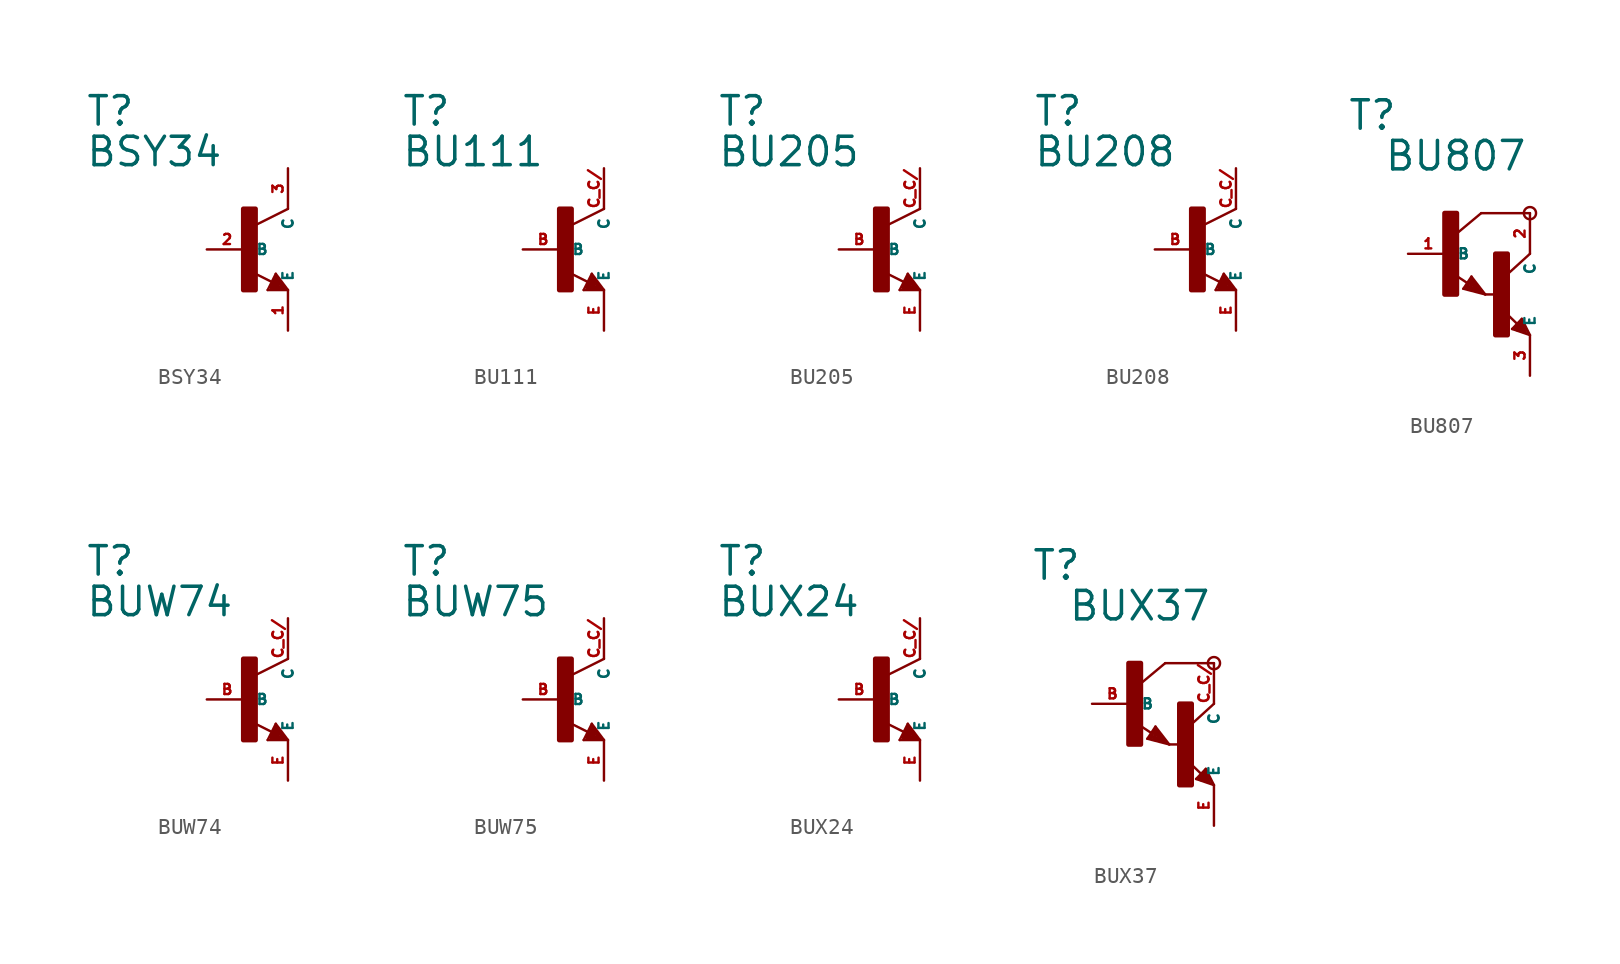
<source format=kicad_sym>
(kicad_symbol_lib
  (version 20220914)
  (generator Eagle2Kicad)
  (symbol "BSY34"
    (property "Reference" "T"
      (at -10.16 7.62 0)
      (effects (font (size 1.778 1.778) (thickness 0.22)) (justify left bottom)))
    (property "Value" "BSY34"
      (at -10.16 5.08 0)
      (effects (font (size 1.778 1.778) (thickness 0.22)) (justify left bottom)))
    (polyline
      (pts (xy 2.54 2.54) (xy 0.508 1.524))
      (stroke (width 0.152) (type default))
      (fill (type none)))
    (polyline
      (pts (xy 1.778 -1.524) (xy 2.54 -2.54))
      (stroke (width 0.152) (type default))
      (fill (type none)))
    (polyline
      (pts (xy 2.54 -2.54) (xy 1.27 -2.54))
      (stroke (width 0.152) (type default))
      (fill (type none)))
    (polyline
      (pts (xy 1.27 -2.54) (xy 1.778 -1.524))
      (stroke (width 0.152) (type default))
      (fill (type none)))
    (polyline
      (pts (xy 1.54 -2.04) (xy 0.308 -1.424))
      (stroke (width 0.152) (type default))
      (fill (type none)))
    (polyline
      (pts (xy 1.524 -2.413) (xy 2.286 -2.413))
      (stroke (width 0.254) (type default))
      (fill (type none)))
    (polyline
      (pts (xy 2.286 -2.413) (xy 1.778 -1.778))
      (stroke (width 0.254) (type default))
      (fill (type none)))
    (polyline
      (pts (xy 1.778 -1.778) (xy 1.524 -2.286))
      (stroke (width 0.254) (type default))
      (fill (type none)))
    (polyline
      (pts (xy 1.524 -2.286) (xy 1.905 -2.286))
      (stroke (width 0.254) (type default))
      (fill (type none)))
    (polyline
      (pts (xy 1.905 -2.286) (xy 1.778 -2.032))
      (stroke (width 0.254) (type default))
      (fill (type none)))
    (rectangle
      (start -0.254 -2.54)
      (end 0.508 2.54)
      (stroke (width 0.3) (type default))
      (fill (type outline)))
    (pin passive line
      (at -2.54 0 0)
      (length 2.54)
      (name "B" (effects (font (size 0.635 0.635) (thickness 0.08)) (justify left bottom)))
      (number "2" (effects (font (size 0.635 0.635) (thickness 0.08)) (justify left bottom))))
    (pin passive line
      (at 2.54 -5.08 90)
      (length 2.54)
      (name "E" (effects (font (size 0.635 0.635) (thickness 0.08)) (justify left bottom)))
      (number "1" (effects (font (size 0.635 0.635) (thickness 0.08)) (justify left bottom))))
    (pin passive line
      (at 2.54 5.08 270)
      (length 2.54)
      (name "C" (effects (font (size 0.635 0.635) (thickness 0.08)) (justify left bottom)))
      (number "3" (effects (font (size 0.635 0.635) (thickness 0.08)) (justify left bottom)))))
  (symbol "BU111"
    (property "Reference" "T"
      (at -10.16 7.62 0)
      (effects (font (size 1.778 1.778) (thickness 0.22)) (justify left bottom)))
    (property "Value" "BU111"
      (at -10.16 5.08 0)
      (effects (font (size 1.778 1.778) (thickness 0.22)) (justify left bottom)))
    (polyline
      (pts (xy 2.54 2.54) (xy 0.508 1.524))
      (stroke (width 0.152) (type default))
      (fill (type none)))
    (polyline
      (pts (xy 1.778 -1.524) (xy 2.54 -2.54))
      (stroke (width 0.152) (type default))
      (fill (type none)))
    (polyline
      (pts (xy 2.54 -2.54) (xy 1.27 -2.54))
      (stroke (width 0.152) (type default))
      (fill (type none)))
    (polyline
      (pts (xy 1.27 -2.54) (xy 1.778 -1.524))
      (stroke (width 0.152) (type default))
      (fill (type none)))
    (polyline
      (pts (xy 1.54 -2.04) (xy 0.308 -1.424))
      (stroke (width 0.152) (type default))
      (fill (type none)))
    (polyline
      (pts (xy 1.524 -2.413) (xy 2.286 -2.413))
      (stroke (width 0.254) (type default))
      (fill (type none)))
    (polyline
      (pts (xy 2.286 -2.413) (xy 1.778 -1.778))
      (stroke (width 0.254) (type default))
      (fill (type none)))
    (polyline
      (pts (xy 1.778 -1.778) (xy 1.524 -2.286))
      (stroke (width 0.254) (type default))
      (fill (type none)))
    (polyline
      (pts (xy 1.524 -2.286) (xy 1.905 -2.286))
      (stroke (width 0.254) (type default))
      (fill (type none)))
    (polyline
      (pts (xy 1.905 -2.286) (xy 1.778 -2.032))
      (stroke (width 0.254) (type default))
      (fill (type none)))
    (rectangle
      (start -0.254 -2.54)
      (end 0.508 2.54)
      (stroke (width 0.3) (type default))
      (fill (type outline)))
    (pin passive line
      (at -2.54 0 0)
      (length 2.54)
      (name "B" (effects (font (size 0.635 0.635) (thickness 0.08)) (justify left bottom)))
      (number "B" (effects (font (size 0.635 0.635) (thickness 0.08)) (justify left bottom))))
    (pin passive line
      (at 2.54 -5.08 90)
      (length 2.54)
      (name "E" (effects (font (size 0.635 0.635) (thickness 0.08)) (justify left bottom)))
      (number "E" (effects (font (size 0.635 0.635) (thickness 0.08)) (justify left bottom))))
    (pin passive line
      (at 2.54 5.08 270)
      (length 2.54)
      (name "C" (effects (font (size 0.635 0.635) (thickness 0.08)) (justify left bottom)))
      (number "C C/" (effects (font (size 0.635 0.635) (thickness 0.08)) (justify left bottom)))))
  (symbol "BU205"
    (property "Reference" "T"
      (at -10.16 7.62 0)
      (effects (font (size 1.778 1.778) (thickness 0.22)) (justify left bottom)))
    (property "Value" "BU205"
      (at -10.16 5.08 0)
      (effects (font (size 1.778 1.778) (thickness 0.22)) (justify left bottom)))
    (polyline
      (pts (xy 2.54 2.54) (xy 0.508 1.524))
      (stroke (width 0.152) (type default))
      (fill (type none)))
    (polyline
      (pts (xy 1.778 -1.524) (xy 2.54 -2.54))
      (stroke (width 0.152) (type default))
      (fill (type none)))
    (polyline
      (pts (xy 2.54 -2.54) (xy 1.27 -2.54))
      (stroke (width 0.152) (type default))
      (fill (type none)))
    (polyline
      (pts (xy 1.27 -2.54) (xy 1.778 -1.524))
      (stroke (width 0.152) (type default))
      (fill (type none)))
    (polyline
      (pts (xy 1.54 -2.04) (xy 0.308 -1.424))
      (stroke (width 0.152) (type default))
      (fill (type none)))
    (polyline
      (pts (xy 1.524 -2.413) (xy 2.286 -2.413))
      (stroke (width 0.254) (type default))
      (fill (type none)))
    (polyline
      (pts (xy 2.286 -2.413) (xy 1.778 -1.778))
      (stroke (width 0.254) (type default))
      (fill (type none)))
    (polyline
      (pts (xy 1.778 -1.778) (xy 1.524 -2.286))
      (stroke (width 0.254) (type default))
      (fill (type none)))
    (polyline
      (pts (xy 1.524 -2.286) (xy 1.905 -2.286))
      (stroke (width 0.254) (type default))
      (fill (type none)))
    (polyline
      (pts (xy 1.905 -2.286) (xy 1.778 -2.032))
      (stroke (width 0.254) (type default))
      (fill (type none)))
    (rectangle
      (start -0.254 -2.54)
      (end 0.508 2.54)
      (stroke (width 0.3) (type default))
      (fill (type outline)))
    (pin passive line
      (at -2.54 0 0)
      (length 2.54)
      (name "B" (effects (font (size 0.635 0.635) (thickness 0.08)) (justify left bottom)))
      (number "B" (effects (font (size 0.635 0.635) (thickness 0.08)) (justify left bottom))))
    (pin passive line
      (at 2.54 -5.08 90)
      (length 2.54)
      (name "E" (effects (font (size 0.635 0.635) (thickness 0.08)) (justify left bottom)))
      (number "E" (effects (font (size 0.635 0.635) (thickness 0.08)) (justify left bottom))))
    (pin passive line
      (at 2.54 5.08 270)
      (length 2.54)
      (name "C" (effects (font (size 0.635 0.635) (thickness 0.08)) (justify left bottom)))
      (number "C C/" (effects (font (size 0.635 0.635) (thickness 0.08)) (justify left bottom)))))
  (symbol "BU208"
    (property "Reference" "T"
      (at -10.16 7.62 0)
      (effects (font (size 1.778 1.778) (thickness 0.22)) (justify left bottom)))
    (property "Value" "BU208"
      (at -10.16 5.08 0)
      (effects (font (size 1.778 1.778) (thickness 0.22)) (justify left bottom)))
    (polyline
      (pts (xy 2.54 2.54) (xy 0.508 1.524))
      (stroke (width 0.152) (type default))
      (fill (type none)))
    (polyline
      (pts (xy 1.778 -1.524) (xy 2.54 -2.54))
      (stroke (width 0.152) (type default))
      (fill (type none)))
    (polyline
      (pts (xy 2.54 -2.54) (xy 1.27 -2.54))
      (stroke (width 0.152) (type default))
      (fill (type none)))
    (polyline
      (pts (xy 1.27 -2.54) (xy 1.778 -1.524))
      (stroke (width 0.152) (type default))
      (fill (type none)))
    (polyline
      (pts (xy 1.54 -2.04) (xy 0.308 -1.424))
      (stroke (width 0.152) (type default))
      (fill (type none)))
    (polyline
      (pts (xy 1.524 -2.413) (xy 2.286 -2.413))
      (stroke (width 0.254) (type default))
      (fill (type none)))
    (polyline
      (pts (xy 2.286 -2.413) (xy 1.778 -1.778))
      (stroke (width 0.254) (type default))
      (fill (type none)))
    (polyline
      (pts (xy 1.778 -1.778) (xy 1.524 -2.286))
      (stroke (width 0.254) (type default))
      (fill (type none)))
    (polyline
      (pts (xy 1.524 -2.286) (xy 1.905 -2.286))
      (stroke (width 0.254) (type default))
      (fill (type none)))
    (polyline
      (pts (xy 1.905 -2.286) (xy 1.778 -2.032))
      (stroke (width 0.254) (type default))
      (fill (type none)))
    (rectangle
      (start -0.254 -2.54)
      (end 0.508 2.54)
      (stroke (width 0.3) (type default))
      (fill (type outline)))
    (pin passive line
      (at -2.54 0 0)
      (length 2.54)
      (name "B" (effects (font (size 0.635 0.635) (thickness 0.08)) (justify left bottom)))
      (number "B" (effects (font (size 0.635 0.635) (thickness 0.08)) (justify left bottom))))
    (pin passive line
      (at 2.54 -5.08 90)
      (length 2.54)
      (name "E" (effects (font (size 0.635 0.635) (thickness 0.08)) (justify left bottom)))
      (number "E" (effects (font (size 0.635 0.635) (thickness 0.08)) (justify left bottom))))
    (pin passive line
      (at 2.54 5.08 270)
      (length 2.54)
      (name "C" (effects (font (size 0.635 0.635) (thickness 0.08)) (justify left bottom)))
      (number "C C/" (effects (font (size 0.635 0.635) (thickness 0.08)) (justify left bottom)))))
  (symbol "BU807"
    (property "Reference" "T"
      (at -6.35 7.62 0)
      (effects (font (size 1.778 1.778) (thickness 0.22)) (justify left bottom)))
    (property "Value" "BU807"
      (at -4.064 5.08 0)
      (effects (font (size 1.778 1.778) (thickness 0.22)) (justify left bottom)))
    (polyline
      (pts (xy 5.08 2.54) (xy 2.032 2.54))
      (stroke (width 0.152) (type default))
      (fill (type none)))
    (polyline
      (pts (xy 1.424 -1.424) (xy 2.286 -2.54))
      (stroke (width 0.152) (type default))
      (fill (type none)))
    (polyline
      (pts (xy 2.921 -2.54) (xy 2.286 -2.54))
      (stroke (width 0.152) (type default))
      (fill (type none)))
    (polyline
      (pts (xy 0.916 -2.186) (xy 1.424 -1.424))
      (stroke (width 0.152) (type default))
      (fill (type none)))
    (polyline
      (pts (xy 2.286 -2.54) (xy 0.916 -2.186))
      (stroke (width 0.152) (type default))
      (fill (type none)))
    (polyline
      (pts (xy 2.032 2.54) (xy 0.508 1.27))
      (stroke (width 0.152) (type default))
      (fill (type none)))
    (polyline
      (pts (xy 5.08 0) (xy 3.683 -1.27))
      (stroke (width 0.152) (type default))
      (fill (type none)))
    (polyline
      (pts (xy 5.08 -5.08) (xy 3.964 -4.699))
      (stroke (width 0.152) (type default))
      (fill (type none)))
    (polyline
      (pts (xy 4.572 -4.064) (xy 5.08 -5.08))
      (stroke (width 0.152) (type default))
      (fill (type none)))
    (polyline
      (pts (xy 3.964 -4.699) (xy 4.572 -4.064))
      (stroke (width 0.152) (type default))
      (fill (type none)))
    (polyline
      (pts (xy 1.186 -1.84) (xy 0.208 -1.197))
      (stroke (width 0.152) (type default))
      (fill (type none)))
    (polyline
      (pts (xy 4.28 -4.38) (xy 3.483 -3.61))
      (stroke (width 0.152) (type default))
      (fill (type none)))
    (polyline
      (pts (xy 2.159 -2.413) (xy 1.397 -1.524))
      (stroke (width 0.127) (type default))
      (fill (type none)))
    (polyline
      (pts (xy 1.397 -1.524) (xy 1.016 -2.159))
      (stroke (width 0.127) (type default))
      (fill (type none)))
    (polyline
      (pts (xy 1.016 -2.159) (xy 2.032 -2.413))
      (stroke (width 0.127) (type default))
      (fill (type none)))
    (polyline
      (pts (xy 2.032 -2.413) (xy 1.397 -1.651))
      (stroke (width 0.127) (type default))
      (fill (type none)))
    (polyline
      (pts (xy 1.397 -1.651) (xy 1.143 -2.032))
      (stroke (width 0.127) (type default))
      (fill (type none)))
    (polyline
      (pts (xy 1.143 -2.032) (xy 1.905 -2.286))
      (stroke (width 0.254) (type default))
      (fill (type none)))
    (polyline
      (pts (xy 1.905 -2.286) (xy 1.397 -1.778))
      (stroke (width 0.254) (type default))
      (fill (type none)))
    (polyline
      (pts (xy 1.397 -1.778) (xy 1.397 -1.905))
      (stroke (width 0.254) (type default))
      (fill (type none)))
    (polyline
      (pts (xy 4.953 -4.953) (xy 4.572 -4.191))
      (stroke (width 0.127) (type default))
      (fill (type none)))
    (polyline
      (pts (xy 4.572 -4.191) (xy 4.064 -4.699))
      (stroke (width 0.127) (type default))
      (fill (type none)))
    (polyline
      (pts (xy 4.064 -4.699) (xy 4.826 -4.953))
      (stroke (width 0.127) (type default))
      (fill (type none)))
    (polyline
      (pts (xy 4.826 -4.953) (xy 4.572 -4.318))
      (stroke (width 0.127) (type default))
      (fill (type none)))
    (polyline
      (pts (xy 4.572 -4.318) (xy 4.191 -4.699))
      (stroke (width 0.254) (type default))
      (fill (type none)))
    (polyline
      (pts (xy 4.191 -4.699) (xy 4.699 -4.826))
      (stroke (width 0.254) (type default))
      (fill (type none)))
    (polyline
      (pts (xy 4.699 -4.826) (xy 4.572 -4.572))
      (stroke (width 0.254) (type default))
      (fill (type none)))
    (polyline
      (pts (xy 4.572 -4.572) (xy 4.445 -4.572))
      (stroke (width 0.254) (type default))
      (fill (type none)))
    (circle
      (center 5.08 2.54)
      (radius 0.381)
      (stroke (width 0) (type default))
      (fill (type none)))
    (rectangle
      (start -0.254 -2.54)
      (end 0.508 2.54)
      (stroke (width 0.3) (type default))
      (fill (type outline)))
    (rectangle
      (start 2.921 -5.08)
      (end 3.683 0)
      (stroke (width 0.3) (type default))
      (fill (type outline)))
    (pin passive line
      (at -2.54 0 0)
      (length 2.54)
      (name "B" (effects (font (size 0.635 0.635) (thickness 0.08)) (justify left bottom)))
      (number "1" (effects (font (size 0.635 0.635) (thickness 0.08)) (justify left bottom))))
    (pin passive line
      (at 5.08 -7.62 90)
      (length 2.54)
      (name "E" (effects (font (size 0.635 0.635) (thickness 0.08)) (justify left bottom)))
      (number "3" (effects (font (size 0.635 0.635) (thickness 0.08)) (justify left bottom))))
    (pin passive line
      (at 5.08 2.54 270)
      (length 2.54)
      (name "C" (effects (font (size 0.635 0.635) (thickness 0.08)) (justify left bottom)))
      (number "2" (effects (font (size 0.635 0.635) (thickness 0.08)) (justify left bottom)))))
  (symbol "BUW74"
    (property "Reference" "T"
      (at -10.16 7.62 0)
      (effects (font (size 1.778 1.778) (thickness 0.22)) (justify left bottom)))
    (property "Value" "BUW74"
      (at -10.16 5.08 0)
      (effects (font (size 1.778 1.778) (thickness 0.22)) (justify left bottom)))
    (polyline
      (pts (xy 2.54 2.54) (xy 0.508 1.524))
      (stroke (width 0.152) (type default))
      (fill (type none)))
    (polyline
      (pts (xy 1.778 -1.524) (xy 2.54 -2.54))
      (stroke (width 0.152) (type default))
      (fill (type none)))
    (polyline
      (pts (xy 2.54 -2.54) (xy 1.27 -2.54))
      (stroke (width 0.152) (type default))
      (fill (type none)))
    (polyline
      (pts (xy 1.27 -2.54) (xy 1.778 -1.524))
      (stroke (width 0.152) (type default))
      (fill (type none)))
    (polyline
      (pts (xy 1.54 -2.04) (xy 0.308 -1.424))
      (stroke (width 0.152) (type default))
      (fill (type none)))
    (polyline
      (pts (xy 1.524 -2.413) (xy 2.286 -2.413))
      (stroke (width 0.254) (type default))
      (fill (type none)))
    (polyline
      (pts (xy 2.286 -2.413) (xy 1.778 -1.778))
      (stroke (width 0.254) (type default))
      (fill (type none)))
    (polyline
      (pts (xy 1.778 -1.778) (xy 1.524 -2.286))
      (stroke (width 0.254) (type default))
      (fill (type none)))
    (polyline
      (pts (xy 1.524 -2.286) (xy 1.905 -2.286))
      (stroke (width 0.254) (type default))
      (fill (type none)))
    (polyline
      (pts (xy 1.905 -2.286) (xy 1.778 -2.032))
      (stroke (width 0.254) (type default))
      (fill (type none)))
    (rectangle
      (start -0.254 -2.54)
      (end 0.508 2.54)
      (stroke (width 0.3) (type default))
      (fill (type outline)))
    (pin passive line
      (at -2.54 0 0)
      (length 2.54)
      (name "B" (effects (font (size 0.635 0.635) (thickness 0.08)) (justify left bottom)))
      (number "B" (effects (font (size 0.635 0.635) (thickness 0.08)) (justify left bottom))))
    (pin passive line
      (at 2.54 -5.08 90)
      (length 2.54)
      (name "E" (effects (font (size 0.635 0.635) (thickness 0.08)) (justify left bottom)))
      (number "E" (effects (font (size 0.635 0.635) (thickness 0.08)) (justify left bottom))))
    (pin passive line
      (at 2.54 5.08 270)
      (length 2.54)
      (name "C" (effects (font (size 0.635 0.635) (thickness 0.08)) (justify left bottom)))
      (number "C C/" (effects (font (size 0.635 0.635) (thickness 0.08)) (justify left bottom)))))
  (symbol "BUW75"
    (property "Reference" "T"
      (at -10.16 7.62 0)
      (effects (font (size 1.778 1.778) (thickness 0.22)) (justify left bottom)))
    (property "Value" "BUW75"
      (at -10.16 5.08 0)
      (effects (font (size 1.778 1.778) (thickness 0.22)) (justify left bottom)))
    (polyline
      (pts (xy 2.54 2.54) (xy 0.508 1.524))
      (stroke (width 0.152) (type default))
      (fill (type none)))
    (polyline
      (pts (xy 1.778 -1.524) (xy 2.54 -2.54))
      (stroke (width 0.152) (type default))
      (fill (type none)))
    (polyline
      (pts (xy 2.54 -2.54) (xy 1.27 -2.54))
      (stroke (width 0.152) (type default))
      (fill (type none)))
    (polyline
      (pts (xy 1.27 -2.54) (xy 1.778 -1.524))
      (stroke (width 0.152) (type default))
      (fill (type none)))
    (polyline
      (pts (xy 1.54 -2.04) (xy 0.308 -1.424))
      (stroke (width 0.152) (type default))
      (fill (type none)))
    (polyline
      (pts (xy 1.524 -2.413) (xy 2.286 -2.413))
      (stroke (width 0.254) (type default))
      (fill (type none)))
    (polyline
      (pts (xy 2.286 -2.413) (xy 1.778 -1.778))
      (stroke (width 0.254) (type default))
      (fill (type none)))
    (polyline
      (pts (xy 1.778 -1.778) (xy 1.524 -2.286))
      (stroke (width 0.254) (type default))
      (fill (type none)))
    (polyline
      (pts (xy 1.524 -2.286) (xy 1.905 -2.286))
      (stroke (width 0.254) (type default))
      (fill (type none)))
    (polyline
      (pts (xy 1.905 -2.286) (xy 1.778 -2.032))
      (stroke (width 0.254) (type default))
      (fill (type none)))
    (rectangle
      (start -0.254 -2.54)
      (end 0.508 2.54)
      (stroke (width 0.3) (type default))
      (fill (type outline)))
    (pin passive line
      (at -2.54 0 0)
      (length 2.54)
      (name "B" (effects (font (size 0.635 0.635) (thickness 0.08)) (justify left bottom)))
      (number "B" (effects (font (size 0.635 0.635) (thickness 0.08)) (justify left bottom))))
    (pin passive line
      (at 2.54 -5.08 90)
      (length 2.54)
      (name "E" (effects (font (size 0.635 0.635) (thickness 0.08)) (justify left bottom)))
      (number "E" (effects (font (size 0.635 0.635) (thickness 0.08)) (justify left bottom))))
    (pin passive line
      (at 2.54 5.08 270)
      (length 2.54)
      (name "C" (effects (font (size 0.635 0.635) (thickness 0.08)) (justify left bottom)))
      (number "C C/" (effects (font (size 0.635 0.635) (thickness 0.08)) (justify left bottom)))))
  (symbol "BUX24"
    (property "Reference" "T"
      (at -10.16 7.62 0)
      (effects (font (size 1.778 1.778) (thickness 0.22)) (justify left bottom)))
    (property "Value" "BUX24"
      (at -10.16 5.08 0)
      (effects (font (size 1.778 1.778) (thickness 0.22)) (justify left bottom)))
    (polyline
      (pts (xy 2.54 2.54) (xy 0.508 1.524))
      (stroke (width 0.152) (type default))
      (fill (type none)))
    (polyline
      (pts (xy 1.778 -1.524) (xy 2.54 -2.54))
      (stroke (width 0.152) (type default))
      (fill (type none)))
    (polyline
      (pts (xy 2.54 -2.54) (xy 1.27 -2.54))
      (stroke (width 0.152) (type default))
      (fill (type none)))
    (polyline
      (pts (xy 1.27 -2.54) (xy 1.778 -1.524))
      (stroke (width 0.152) (type default))
      (fill (type none)))
    (polyline
      (pts (xy 1.54 -2.04) (xy 0.308 -1.424))
      (stroke (width 0.152) (type default))
      (fill (type none)))
    (polyline
      (pts (xy 1.524 -2.413) (xy 2.286 -2.413))
      (stroke (width 0.254) (type default))
      (fill (type none)))
    (polyline
      (pts (xy 2.286 -2.413) (xy 1.778 -1.778))
      (stroke (width 0.254) (type default))
      (fill (type none)))
    (polyline
      (pts (xy 1.778 -1.778) (xy 1.524 -2.286))
      (stroke (width 0.254) (type default))
      (fill (type none)))
    (polyline
      (pts (xy 1.524 -2.286) (xy 1.905 -2.286))
      (stroke (width 0.254) (type default))
      (fill (type none)))
    (polyline
      (pts (xy 1.905 -2.286) (xy 1.778 -2.032))
      (stroke (width 0.254) (type default))
      (fill (type none)))
    (rectangle
      (start -0.254 -2.54)
      (end 0.508 2.54)
      (stroke (width 0.3) (type default))
      (fill (type outline)))
    (pin passive line
      (at -2.54 0 0)
      (length 2.54)
      (name "B" (effects (font (size 0.635 0.635) (thickness 0.08)) (justify left bottom)))
      (number "B" (effects (font (size 0.635 0.635) (thickness 0.08)) (justify left bottom))))
    (pin passive line
      (at 2.54 -5.08 90)
      (length 2.54)
      (name "E" (effects (font (size 0.635 0.635) (thickness 0.08)) (justify left bottom)))
      (number "E" (effects (font (size 0.635 0.635) (thickness 0.08)) (justify left bottom))))
    (pin passive line
      (at 2.54 5.08 270)
      (length 2.54)
      (name "C" (effects (font (size 0.635 0.635) (thickness 0.08)) (justify left bottom)))
      (number "C C/" (effects (font (size 0.635 0.635) (thickness 0.08)) (justify left bottom)))))
  (symbol "BUX37"
    (property "Reference" "T"
      (at -6.35 7.62 0)
      (effects (font (size 1.778 1.778) (thickness 0.22)) (justify left bottom)))
    (property "Value" "BUX37"
      (at -4.064 5.08 0)
      (effects (font (size 1.778 1.778) (thickness 0.22)) (justify left bottom)))
    (polyline
      (pts (xy 5.08 2.54) (xy 2.032 2.54))
      (stroke (width 0.152) (type default))
      (fill (type none)))
    (polyline
      (pts (xy 1.424 -1.424) (xy 2.286 -2.54))
      (stroke (width 0.152) (type default))
      (fill (type none)))
    (polyline
      (pts (xy 2.921 -2.54) (xy 2.286 -2.54))
      (stroke (width 0.152) (type default))
      (fill (type none)))
    (polyline
      (pts (xy 0.916 -2.186) (xy 1.424 -1.424))
      (stroke (width 0.152) (type default))
      (fill (type none)))
    (polyline
      (pts (xy 2.286 -2.54) (xy 0.916 -2.186))
      (stroke (width 0.152) (type default))
      (fill (type none)))
    (polyline
      (pts (xy 2.032 2.54) (xy 0.508 1.27))
      (stroke (width 0.152) (type default))
      (fill (type none)))
    (polyline
      (pts (xy 5.08 0) (xy 3.683 -1.27))
      (stroke (width 0.152) (type default))
      (fill (type none)))
    (polyline
      (pts (xy 5.08 -5.08) (xy 3.964 -4.699))
      (stroke (width 0.152) (type default))
      (fill (type none)))
    (polyline
      (pts (xy 4.572 -4.064) (xy 5.08 -5.08))
      (stroke (width 0.152) (type default))
      (fill (type none)))
    (polyline
      (pts (xy 3.964 -4.699) (xy 4.572 -4.064))
      (stroke (width 0.152) (type default))
      (fill (type none)))
    (polyline
      (pts (xy 1.186 -1.84) (xy 0.208 -1.197))
      (stroke (width 0.152) (type default))
      (fill (type none)))
    (polyline
      (pts (xy 4.28 -4.38) (xy 3.483 -3.61))
      (stroke (width 0.152) (type default))
      (fill (type none)))
    (polyline
      (pts (xy 2.159 -2.413) (xy 1.397 -1.524))
      (stroke (width 0.127) (type default))
      (fill (type none)))
    (polyline
      (pts (xy 1.397 -1.524) (xy 1.016 -2.159))
      (stroke (width 0.127) (type default))
      (fill (type none)))
    (polyline
      (pts (xy 1.016 -2.159) (xy 2.032 -2.413))
      (stroke (width 0.127) (type default))
      (fill (type none)))
    (polyline
      (pts (xy 2.032 -2.413) (xy 1.397 -1.651))
      (stroke (width 0.127) (type default))
      (fill (type none)))
    (polyline
      (pts (xy 1.397 -1.651) (xy 1.143 -2.032))
      (stroke (width 0.127) (type default))
      (fill (type none)))
    (polyline
      (pts (xy 1.143 -2.032) (xy 1.905 -2.286))
      (stroke (width 0.254) (type default))
      (fill (type none)))
    (polyline
      (pts (xy 1.905 -2.286) (xy 1.397 -1.778))
      (stroke (width 0.254) (type default))
      (fill (type none)))
    (polyline
      (pts (xy 1.397 -1.778) (xy 1.397 -1.905))
      (stroke (width 0.254) (type default))
      (fill (type none)))
    (polyline
      (pts (xy 4.953 -4.953) (xy 4.572 -4.191))
      (stroke (width 0.127) (type default))
      (fill (type none)))
    (polyline
      (pts (xy 4.572 -4.191) (xy 4.064 -4.699))
      (stroke (width 0.127) (type default))
      (fill (type none)))
    (polyline
      (pts (xy 4.064 -4.699) (xy 4.826 -4.953))
      (stroke (width 0.127) (type default))
      (fill (type none)))
    (polyline
      (pts (xy 4.826 -4.953) (xy 4.572 -4.318))
      (stroke (width 0.127) (type default))
      (fill (type none)))
    (polyline
      (pts (xy 4.572 -4.318) (xy 4.191 -4.699))
      (stroke (width 0.254) (type default))
      (fill (type none)))
    (polyline
      (pts (xy 4.191 -4.699) (xy 4.699 -4.826))
      (stroke (width 0.254) (type default))
      (fill (type none)))
    (polyline
      (pts (xy 4.699 -4.826) (xy 4.572 -4.572))
      (stroke (width 0.254) (type default))
      (fill (type none)))
    (polyline
      (pts (xy 4.572 -4.572) (xy 4.445 -4.572))
      (stroke (width 0.254) (type default))
      (fill (type none)))
    (circle
      (center 5.08 2.54)
      (radius 0.381)
      (stroke (width 0) (type default))
      (fill (type none)))
    (rectangle
      (start -0.254 -2.54)
      (end 0.508 2.54)
      (stroke (width 0.3) (type default))
      (fill (type outline)))
    (rectangle
      (start 2.921 -5.08)
      (end 3.683 0)
      (stroke (width 0.3) (type default))
      (fill (type outline)))
    (pin passive line
      (at -2.54 0 0)
      (length 2.54)
      (name "B" (effects (font (size 0.635 0.635) (thickness 0.08)) (justify left bottom)))
      (number "B" (effects (font (size 0.635 0.635) (thickness 0.08)) (justify left bottom))))
    (pin passive line
      (at 5.08 -7.62 90)
      (length 2.54)
      (name "E" (effects (font (size 0.635 0.635) (thickness 0.08)) (justify left bottom)))
      (number "E" (effects (font (size 0.635 0.635) (thickness 0.08)) (justify left bottom))))
    (pin passive line
      (at 5.08 2.54 270)
      (length 2.54)
      (name "C" (effects (font (size 0.635 0.635) (thickness 0.08)) (justify left bottom)))
      (number "C C/" (effects (font (size 0.635 0.635) (thickness 0.08)) (justify left bottom))))))
</source>
